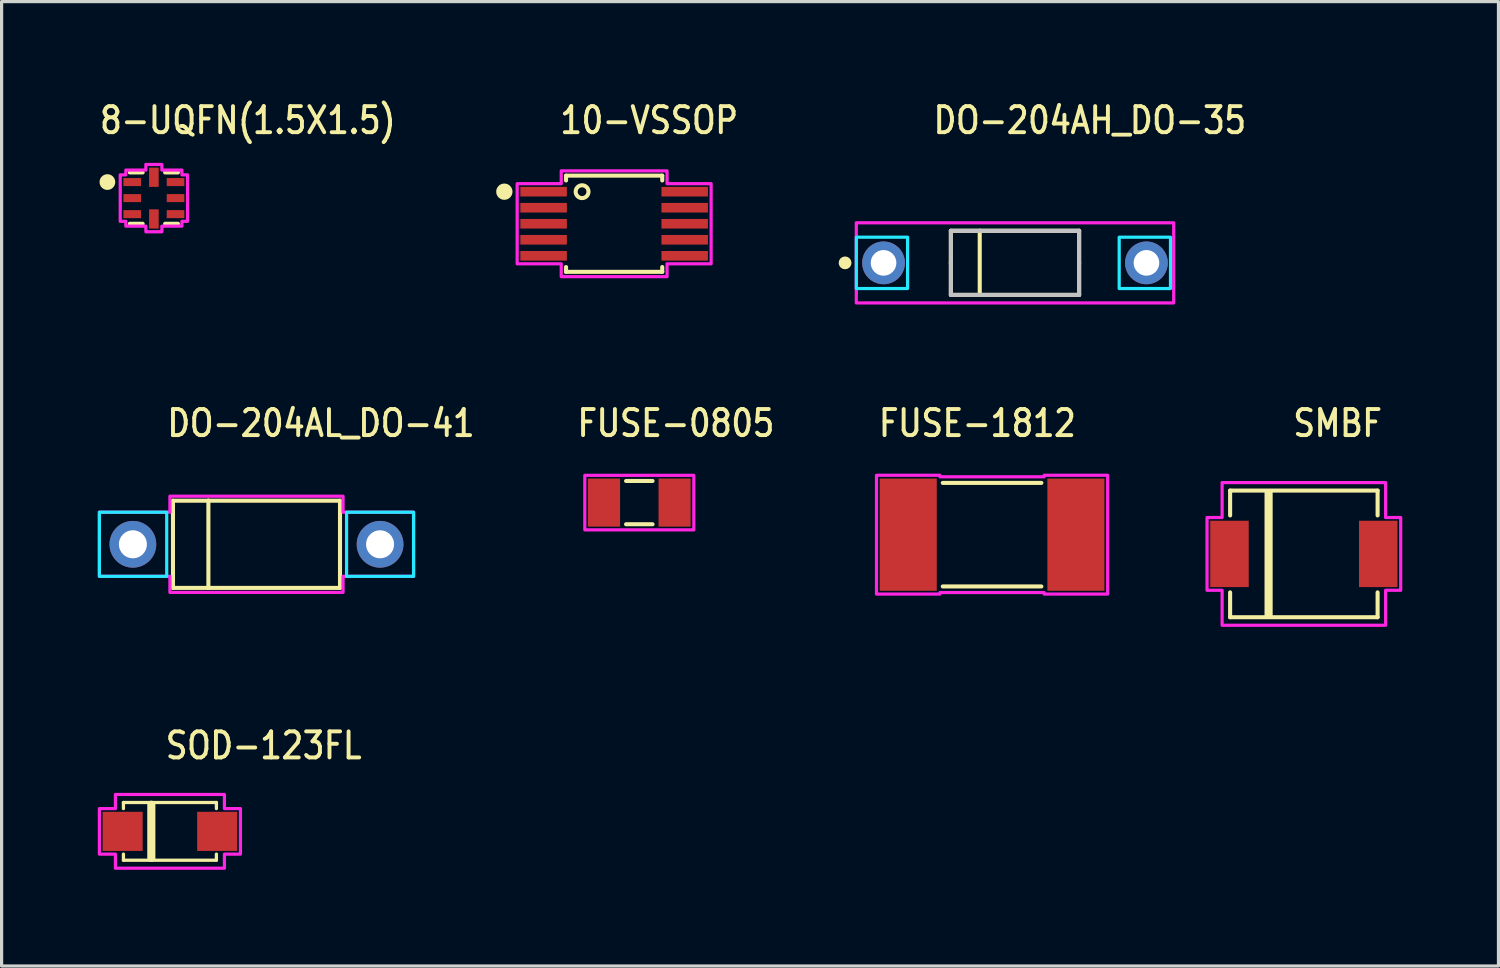
<source format=kicad_pcb>
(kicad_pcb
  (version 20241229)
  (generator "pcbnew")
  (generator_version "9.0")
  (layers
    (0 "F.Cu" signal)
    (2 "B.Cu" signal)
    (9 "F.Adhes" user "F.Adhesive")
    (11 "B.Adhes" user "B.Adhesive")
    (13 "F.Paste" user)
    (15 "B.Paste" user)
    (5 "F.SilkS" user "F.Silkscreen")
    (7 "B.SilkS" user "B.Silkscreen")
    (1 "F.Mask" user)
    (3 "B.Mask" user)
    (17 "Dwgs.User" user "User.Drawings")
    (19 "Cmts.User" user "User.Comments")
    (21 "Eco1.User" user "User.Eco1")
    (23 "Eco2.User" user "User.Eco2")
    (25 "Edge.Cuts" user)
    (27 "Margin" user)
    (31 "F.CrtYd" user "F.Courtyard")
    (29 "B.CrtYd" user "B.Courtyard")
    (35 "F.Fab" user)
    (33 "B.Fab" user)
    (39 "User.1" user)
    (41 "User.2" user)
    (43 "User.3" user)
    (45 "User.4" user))
  (footprint "FUSE-0805"
    (layer "F.Cu")
    (at 16.891 12.627)
    (property "Reference" "FUSE-0805" (at -2 -2 0) (unlocked yes) (layer "F.SilkS") (effects (font (size 0.813 0.695) (thickness 0.122)) (justify left bottom)))
    (fp_line (start -0.413 -0.675) (end 0.413 -0.675) (stroke (width 0.127) (type solid)) (layer "F.SilkS"))
    (fp_line (start -0.413 0.675) (end 0.413 0.675) (stroke (width 0.127) (type solid)) (layer "F.SilkS"))
    (fp_poly (pts (xy -1.7 -0.85) (xy 1.7 -0.85) (xy 1.7 0.85) (xy -1.7 0.85)) (stroke (width 0.1) (type solid)) (fill no) (layer "F.CrtYd"))
    (pad "1" smd rect (at -1.1 0) (size 1 1.5) (layers "F.Cu" "F.Mask" "F.Paste"))
    (pad "2" smd rect (at 1.1 0) (size 1 1.5) (layers "F.Cu" "F.Mask" "F.Paste")))
  (footprint "8-UQFN(1.5X1.5)"
    (layer "F.Cu")
    (at 1.75 3.129)
    (property "Reference" "8-UQFN(1.5X1.5)" (at -1.75 -1.95 0) (unlocked yes) (layer "F.SilkS") (effects (font (size 0.813 0.695) (thickness 0.122)) (justify left bottom)))
    (fp_line (start -0.75 -0.8) (end -0.35 -0.8) (stroke (width 0.127) (type solid)) (layer "F.SilkS"))
    (fp_line (start -0.35 0.8) (end -0.75 0.8) (stroke (width 0.127) (type solid)) (layer "F.SilkS"))
    (fp_line (start 0.35 -0.8) (end 0.75 -0.8) (stroke (width 0.127) (type solid)) (layer "F.SilkS"))
    (fp_line (start 0.35 0.8) (end 0.75 0.8) (stroke (width 0.127) (type solid)) (layer "F.SilkS"))
    (fp_circle (center -1.45 -0.5) (end -1.205 -0.5) (stroke (width 0) (type solid)) (fill yes) (layer "F.SilkS"))
    (fp_poly (pts (xy -1.05 -0.725) (xy -0.875 -0.725) (xy -0.875 -0.875) (xy -0.25 -0.875) (xy -0.25 -1.05) (xy 0.25 -1.05) (xy 0.25 -0.875) (xy 0.875 -0.875) (xy 0.875 -0.725) (xy 1.05 -0.725) (xy 1.05 0.725) (xy 0.875 0.725) (xy 0.875 0.875) (xy 0.25 0.875) (xy 0.25 1.05) (xy -0.25 1.05) (xy -0.25 0.875) (xy -0.875 0.875) (xy -0.875 0.725) (xy -1.05 0.725)) (stroke (width 0.1) (type solid)) (fill no) (layer "F.CrtYd"))
    (pad "1" smd rect (at -0.675 -0.5) (size 0.55 0.25) (layers "F.Cu" "F.Mask" "F.Paste"))
    (pad "2" smd rect (at -0.675 0) (size 0.55 0.25) (layers "F.Cu" "F.Mask" "F.Paste"))
    (pad "3" smd rect (at -0.675 0.5) (size 0.55 0.25) (layers "F.Cu" "F.Mask" "F.Paste"))
    (pad "4" smd rect (at 0 0.65) (size 0.3 0.6) (layers "F.Cu" "F.Mask" "F.Paste"))
    (pad "5" smd rect (at 0.675 0.5) (size 0.55 0.25) (layers "F.Cu" "F.Mask" "F.Paste"))
    (pad "6" smd rect (at 0.675 0) (size 0.55 0.25) (layers "F.Cu" "F.Mask" "F.Paste"))
    (pad "7" smd rect (at 0.675 -0.5) (size 0.55 0.25) (layers "F.Cu" "F.Mask" "F.Paste"))
    (pad "8" smd rect (at 0 -0.65) (size 0.3 0.6) (layers "F.Cu" "F.Mask" "F.Paste")))
  (footprint "FUSE-1812"
    (layer "F.Cu")
    (at 27.894 13.627)
    (property "Reference" "FUSE-1812" (at -3.6 -3 0) (unlocked yes) (layer "F.SilkS") (effects (font (size 0.813 0.695) (thickness 0.122)) (justify left bottom)))
    (fp_line (start -1.538 -1.615) (end 1.538 -1.615) (stroke (width 0.127) (type solid)) (layer "F.SilkS"))
    (fp_line (start -1.538 1.615) (end 1.538 1.615) (stroke (width 0.127) (type solid)) (layer "F.SilkS"))
    (fp_poly (pts (xy -3.605 -1.852) (xy -1.625 -1.852) (xy -1.625 -1.805) (xy 1.625 -1.805) (xy 1.625 -1.852) (xy 3.605 -1.852) (xy 3.605 1.852) (xy 1.625 1.852) (xy 1.625 1.805) (xy -1.625 1.805) (xy -1.625 1.852) (xy -3.605 1.852)) (stroke (width 0.1) (type solid)) (fill no) (layer "F.CrtYd"))
    (pad "1" smd rect (at -2.615 0) (size 1.78 3.5) (layers "F.Cu" "F.Mask" "F.Paste"))
    (pad "2" smd rect (at 2.615 0) (size 1.78 3.5) (layers "F.Cu" "F.Mask" "F.Paste")))
  (footprint "DO-204AL_DO-41"
    (layer "F.Cu")
    (at 4.95 13.927)
    (property "Reference" "DO-204AL_DO-41" (at -2.85 -3.3 0) (unlocked yes) (layer "F.SilkS") (effects (font (size 0.813 0.695) (thickness 0.122)) (justify left bottom)))
    (fp_line (start -2.605 -1.36) (end -1.5 -1.36) (stroke (width 0.127) (type solid)) (layer "F.SilkS"))
    (fp_line (start -2.605 1.36) (end -2.605 -1.36) (stroke (width 0.127) (type solid)) (layer "F.SilkS"))
    (fp_line (start -2.605 1.36) (end -1.5 1.36) (stroke (width 0.127) (type solid)) (layer "F.SilkS"))
    (fp_line (start -1.5 -1.36) (end -1.5 1.36) (stroke (width 0.127) (type solid)) (layer "F.SilkS"))
    (fp_line (start -1.5 -1.36) (end 2.605 -1.36) (stroke (width 0.127) (type solid)) (layer "F.SilkS"))
    (fp_line (start -1.5 1.36) (end 2.605 1.36) (stroke (width 0.127) (type solid)) (layer "F.SilkS"))
    (fp_line (start 2.605 -1.36) (end 2.605 1.36) (stroke (width 0.127) (type solid)) (layer "F.SilkS"))
    (fp_poly (pts (xy -4.9 -1) (xy -2.8 -1) (xy -2.8 1) (xy -4.9 1)) (stroke (width 0.1) (type solid)) (fill no) (layer "B.CrtYd"))
    (fp_poly (pts (xy 2.81 -1) (xy 4.9 -1) (xy 4.9 1) (xy 2.81 1)) (stroke (width 0.1) (type solid)) (fill no) (layer "B.CrtYd"))
    (fp_poly (pts (xy -4.9 -1) (xy -2.7 -1) (xy -2.7 -1.5) (xy 2.7 -1.5) (xy 2.7 -1) (xy 4.9 -1) (xy 4.9 1) (xy 2.7 1) (xy 2.7 1.5) (xy -2.7 1.5) (xy -2.7 1) (xy -4.9 1)) (stroke (width 0.1) (type solid)) (fill no) (layer "F.CrtYd"))
    (pad "ANODE" thru_hole oval (at 3.855 0) (size 1.458 1.458) (drill 0.875) (layers "*.Cu" "*.Mask"))
    (pad "CATHODE" thru_hole oval (at -3.855 0) (size 1.458 1.458) (drill 0.875) (layers "*.Cu" "*.Mask")))
  (footprint "SMBF"
    (layer "F.Cu")
    (at 37.619 14.227)
    (property "Reference" "SMBF" (at -0.4 -3.6 0) (unlocked yes) (layer "F.SilkS") (effects (font (size 0.813 0.695) (thickness 0.122)) (justify left bottom)))
    (fp_line (start -2.3 -1.975) (end -2.3 -1.2) (stroke (width 0.127) (type solid)) (layer "F.SilkS"))
    (fp_line (start -2.3 -1.975) (end 2.3 -1.975) (stroke (width 0.127) (type solid)) (layer "F.SilkS"))
    (fp_line (start -2.3 1.975) (end -2.3 1.2) (stroke (width 0.127) (type solid)) (layer "F.SilkS"))
    (fp_line (start -2.3 1.975) (end 2.3 1.975) (stroke (width 0.127) (type solid)) (layer "F.SilkS"))
    (fp_line (start -1.1 -1.9) (end -1.1 1.9) (stroke (width 0.254) (type solid)) (layer "F.SilkS"))
    (fp_line (start 2.3 -1.975) (end 2.3 -1.2) (stroke (width 0.127) (type solid)) (layer "F.SilkS"))
    (fp_line (start 2.3 1.975) (end 2.3 1.2) (stroke (width 0.127) (type solid)) (layer "F.SilkS"))
    (fp_poly (pts (xy -3.02 -1.135) (xy -2.55 -1.135) (xy -2.55 -2.225) (xy 2.55 -2.225) (xy 2.55 -1.135) (xy 3.02 -1.135) (xy 3.02 1.135) (xy 2.55 1.135) (xy 2.55 2.225) (xy -2.55 2.225) (xy -2.55 1.135) (xy -3.02 1.135)) (stroke (width 0.1) (type solid)) (fill no) (layer "F.CrtYd"))
    (pad "ANODE" smd rect (at 2.32 0) (size 1.2 2.07) (layers "F.Cu" "F.Mask" "F.Paste"))
    (pad "CATHODE" smd rect (at -2.32 0) (size 1.2 2.07) (layers "F.Cu" "F.Mask" "F.Paste")))
  (footprint "10-VSSOP"
    (layer "F.Cu")
    (at 16.106 3.929)
    (property "Reference" "10-VSSOP" (at -1.75 -2.75 0) (unlocked yes) (layer "F.SilkS") (effects (font (size 0.813 0.695) (thickness 0.122)) (justify left bottom)))
    (fp_line (start -1.5 -1.5) (end 1.5 -1.5) (stroke (width 0.127) (type solid)) (layer "F.SilkS"))
    (fp_line (start -1.5 -1.35) (end -1.5 -1.5) (stroke (width 0.127) (type solid)) (layer "F.SilkS"))
    (fp_line (start -1.5 1.35) (end -1.5 1.5) (stroke (width 0.127) (type solid)) (layer "F.SilkS"))
    (fp_line (start -1.5 1.5) (end 1.5 1.5) (stroke (width 0.127) (type solid)) (layer "F.SilkS"))
    (fp_line (start 1.5 -1.5) (end 1.5 -1.35) (stroke (width 0.127) (type solid)) (layer "F.SilkS"))
    (fp_line (start 1.5 1.5) (end 1.5 1.35) (stroke (width 0.127) (type solid)) (layer "F.SilkS"))
    (fp_circle (center -3.425 -1) (end -3.171 -1) (stroke (width 0) (type solid)) (fill yes) (layer "F.SilkS"))
    (fp_circle (center -1 -1) (end -0.8 -1) (stroke (width 0.127) (type solid)) (fill no) (layer "F.SilkS"))
    (fp_poly (pts (xy -3.025 -1.25) (xy -1.65 -1.25) (xy -1.65 -1.65) (xy 1.65 -1.65) (xy 1.65 -1.25) (xy 3.025 -1.25) (xy 3.025 1.25) (xy 1.65 1.25) (xy 1.65 1.65) (xy -1.65 1.65) (xy -1.65 1.25) (xy -3.025 1.25)) (stroke (width 0.1) (type solid)) (fill no) (layer "F.CrtYd"))
    (pad "1" smd rect (at -2.2 -1) (size 1.45 0.3) (layers "F.Cu" "F.Mask" "F.Paste"))
    (pad "2" smd rect (at -2.2 -0.5) (size 1.45 0.3) (layers "F.Cu" "F.Mask" "F.Paste"))
    (pad "3" smd rect (at -2.2 0) (size 1.45 0.3) (layers "F.Cu" "F.Mask" "F.Paste"))
    (pad "4" smd rect (at -2.2 0.5) (size 1.45 0.3) (layers "F.Cu" "F.Mask" "F.Paste"))
    (pad "5" smd rect (at -2.2 1) (size 1.45 0.3) (layers "F.Cu" "F.Mask" "F.Paste"))
    (pad "6" smd rect (at 2.2 1) (size 1.45 0.3) (layers "F.Cu" "F.Mask" "F.Paste"))
    (pad "7" smd rect (at 2.2 0.5) (size 1.45 0.3) (layers "F.Cu" "F.Mask" "F.Paste"))
    (pad "8" smd rect (at 2.2 0) (size 1.45 0.3) (layers "F.Cu" "F.Mask" "F.Paste"))
    (pad "9" smd rect (at 2.2 -0.5) (size 1.45 0.3) (layers "F.Cu" "F.Mask" "F.Paste"))
    (pad "10" smd rect (at 2.2 -1) (size 1.45 0.3) (layers "F.Cu" "F.Mask" "F.Paste")))
  (footprint "SOD-123FL"
    (layer "F.Cu")
    (at 2.25 22.881)
    (property "Reference" "SOD-123FL" (at -0.2 -2.2 0) (unlocked yes) (layer "F.SilkS") (effects (font (size 0.813 0.695) (thickness 0.122)) (justify left bottom)))
    (fp_line (start -1.45 -0.9) (end -1.45 -0.71) (stroke (width 0.102) (type solid)) (layer "F.SilkS"))
    (fp_line (start -1.45 0.71) (end -1.45 0.9) (stroke (width 0.102) (type solid)) (layer "F.SilkS"))
    (fp_line (start -1.45 0.9) (end 1.45 0.9) (stroke (width 0.102) (type solid)) (layer "F.SilkS"))
    (fp_line (start -0.58 -0.83) (end -0.58 0.83) (stroke (width 0.254) (type solid)) (layer "F.SilkS"))
    (fp_line (start 1.45 -0.9) (end -1.45 -0.9) (stroke (width 0.102) (type solid)) (layer "F.SilkS"))
    (fp_line (start 1.45 -0.71) (end 1.45 -0.9) (stroke (width 0.102) (type solid)) (layer "F.SilkS"))
    (fp_line (start 1.45 0.9) (end 1.45 0.71) (stroke (width 0.102) (type solid)) (layer "F.SilkS"))
    (fp_poly (pts (xy -2.2 -0.71) (xy -1.7 -0.71) (xy -1.7 -1.15) (xy 1.7 -1.15) (xy 1.7 -0.71) (xy 2.2 -0.71) (xy 2.2 0.71) (xy 1.7 0.71) (xy 1.7 1.15) (xy -1.7 1.15) (xy -1.7 0.71) (xy -2.2 0.71)) (stroke (width 0.1) (type solid)) (fill no) (layer "F.CrtYd"))
    (pad "ANODE" smd rect (at 1.475 0) (size 1.25 1.22) (layers "F.Cu" "F.Mask" "F.Paste"))
    (pad "CATHODE" smd rect (at -1.475 0) (size 1.25 1.22) (layers "F.Cu" "F.Mask" "F.Paste")))
  (footprint "DO-204AH_DO-35"
    (layer "F.Cu")
    (at 28.609 5.149)
    (property "Reference" "DO-204AH_DO-35" (at -2.61 -3.97 0) (unlocked yes) (layer "F.SilkS") (effects (font (size 0.813 0.695) (thickness 0.122)) (justify left bottom)))
    (fp_line (start -2 -1) (end -1.1 -1) (stroke (width 0.127) (type solid)) (layer "F.SilkS"))
    (fp_line (start -2 0) (end -2 -1) (stroke (width 0.127) (type solid)) (layer "F.SilkS"))
    (fp_line (start -2 1) (end -2 0) (stroke (width 0.127) (type solid)) (layer "F.SilkS"))
    (fp_line (start -1.1 -1) (end -1.1 1) (stroke (width 0.127) (type solid)) (layer "F.SilkS"))
    (fp_line (start -1.1 -1) (end 2 -1) (stroke (width 0.127) (type solid)) (layer "F.SilkS"))
    (fp_line (start -1.1 1) (end -2 1) (stroke (width 0.127) (type solid)) (layer "F.SilkS"))
    (fp_line (start 2 -1) (end 2 0) (stroke (width 0.127) (type solid)) (layer "F.SilkS"))
    (fp_line (start 2 0) (end 2 1) (stroke (width 0.127) (type solid)) (layer "F.SilkS"))
    (fp_line (start 2 1) (end -1.1 1) (stroke (width 0.127) (type solid)) (layer "F.SilkS"))
    (fp_circle (center -5.3 0) (end -5.2 0) (stroke (width 0.2) (type solid)) (fill no) (layer "F.SilkS"))
    (fp_line (start -2 -1) (end 2 -1) (stroke (width 0.127) (type solid)) (layer "Dwgs.User"))
    (fp_line (start -2 0) (end -2 -1) (stroke (width 0.127) (type solid)) (layer "Dwgs.User"))
    (fp_line (start -2 1) (end -2 0) (stroke (width 0.127) (type solid)) (layer "Dwgs.User"))
    (fp_line (start 2 -1) (end 2 0) (stroke (width 0.127) (type solid)) (layer "Dwgs.User"))
    (fp_line (start 2 0) (end 2 1) (stroke (width 0.127) (type solid)) (layer "Dwgs.User"))
    (fp_line (start 2 1) (end -2 1) (stroke (width 0.127) (type solid)) (layer "Dwgs.User"))
    (fp_poly (pts (xy -4.95 -0.8) (xy -3.35 -0.8) (xy -3.35 0.8) (xy -4.95 0.8)) (stroke (width 0.1) (type solid)) (fill no) (layer "B.CrtYd"))
    (fp_poly (pts (xy 3.25 -0.8) (xy 4.85 -0.8) (xy 4.85 0.8) (xy 3.25 0.8)) (stroke (width 0.1) (type solid)) (fill no) (layer "B.CrtYd"))
    (fp_poly (pts (xy -4.95 -1.25) (xy 4.95 -1.25) (xy 4.95 1.25) (xy -4.95 1.25)) (stroke (width 0.1) (type solid)) (fill no) (layer "F.CrtYd"))
    (pad "ANODE" thru_hole oval (at 4.1 0) (size 1.333 1.333) (drill 0.8) (layers "*.Cu" "*.Mask"))
    (pad "CATHODE" thru_hole oval (at -4.1 0) (size 1.333 1.333) (drill 0.8) (layers "*.Cu" "*.Mask")))
  (gr_rect
    (start -3 -3)
    (end 43.689 27.081)
    (stroke (width 0.1) (type default))
    (fill no)
    (layer "Edge.Cuts")))
</source>
